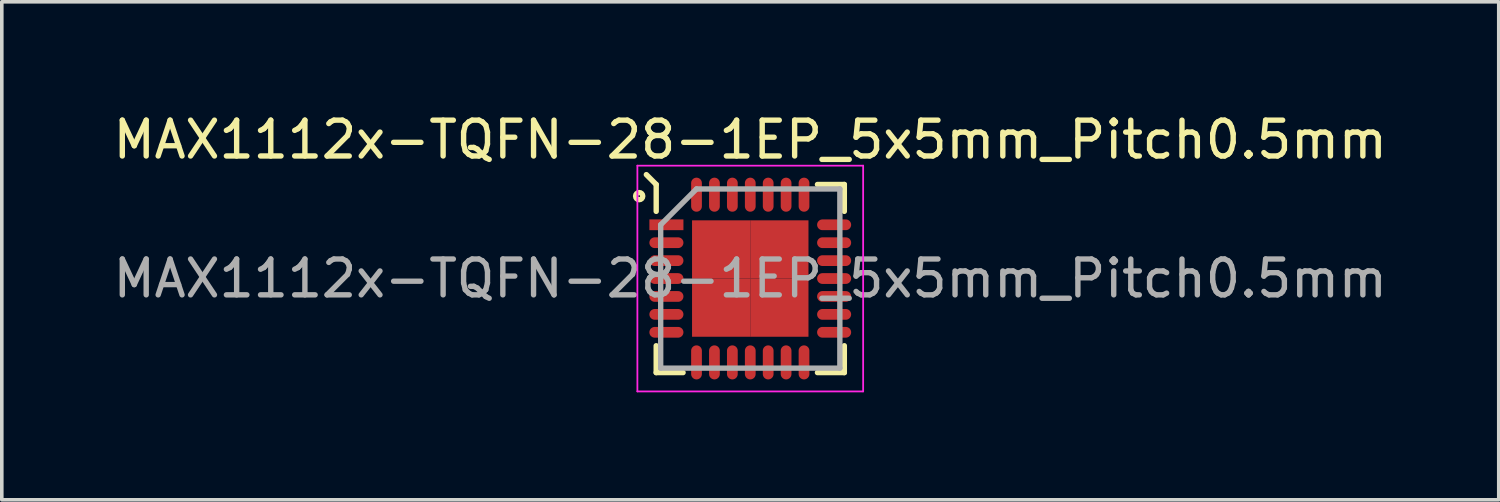
<source format=kicad_pcb>
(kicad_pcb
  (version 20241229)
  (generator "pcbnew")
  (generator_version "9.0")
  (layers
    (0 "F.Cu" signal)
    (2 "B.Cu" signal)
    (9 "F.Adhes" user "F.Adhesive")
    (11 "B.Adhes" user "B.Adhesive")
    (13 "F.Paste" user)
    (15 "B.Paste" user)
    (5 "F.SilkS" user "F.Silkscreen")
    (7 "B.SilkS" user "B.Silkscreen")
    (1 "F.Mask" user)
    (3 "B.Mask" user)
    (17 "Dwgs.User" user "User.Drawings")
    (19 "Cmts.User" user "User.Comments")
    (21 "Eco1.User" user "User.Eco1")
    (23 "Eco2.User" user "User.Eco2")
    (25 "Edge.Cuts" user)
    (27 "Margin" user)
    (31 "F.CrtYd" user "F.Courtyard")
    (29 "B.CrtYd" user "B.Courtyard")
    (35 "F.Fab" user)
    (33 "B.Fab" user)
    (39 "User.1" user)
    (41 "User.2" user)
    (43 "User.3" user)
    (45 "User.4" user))
  (footprint "MAX1112x-TQFN-28-1EP_5x5mm_Pitch0.5mm"
    (layer "F.Cu")
    (at 17.887 4.723)
    (property "Reference" "MAX1112x-TQFN-28-1EP_5x5mm_Pitch0.5mm" (at 0 -3.875 0) (layer "F.SilkS") (effects (font (size 1 1) (thickness 0.15))))
    (attr smd)
    (fp_line (start -2.625 -2.625) (end -2.9 -2.9) (stroke (width 0.15) (type solid)) (layer "F.SilkS"))
    (fp_line (start -2.625 -2.625) (end -2.625 -1.875) (stroke (width 0.15) (type solid)) (layer "F.SilkS"))
    (fp_line (start -2.625 2.625) (end -2.625 1.875) (stroke (width 0.15) (type solid)) (layer "F.SilkS"))
    (fp_line (start -2.625 2.625) (end -1.875 2.625) (stroke (width 0.15) (type solid)) (layer "F.SilkS"))
    (fp_line (start 2.625 -2.625) (end 1.875 -2.625) (stroke (width 0.15) (type solid)) (layer "F.SilkS"))
    (fp_line (start 2.625 -2.625) (end 2.625 -1.875) (stroke (width 0.15) (type solid)) (layer "F.SilkS"))
    (fp_line (start 2.625 2.625) (end 1.875 2.625) (stroke (width 0.15) (type solid)) (layer "F.SilkS"))
    (fp_line (start 2.625 2.625) (end 2.625 1.875) (stroke (width 0.15) (type solid)) (layer "F.SilkS"))
    (fp_circle (center -3.1 -2.3) (end -3 -2.3) (stroke (width 0.15) (type solid)) (fill no) (layer "F.SilkS"))
    (fp_line (start -3.15 -3.15) (end -3.15 3.15) (stroke (width 0.05) (type solid)) (layer "F.CrtYd"))
    (fp_line (start -3.15 -3.15) (end 3.15 -3.15) (stroke (width 0.05) (type solid)) (layer "F.CrtYd"))
    (fp_line (start -3.15 3.15) (end 3.15 3.15) (stroke (width 0.05) (type solid)) (layer "F.CrtYd"))
    (fp_line (start 3.15 -3.15) (end 3.15 3.15) (stroke (width 0.05) (type solid)) (layer "F.CrtYd"))
    (fp_line (start -2.5 -1.5) (end -1.5 -2.5) (stroke (width 0.15) (type solid)) (layer "F.Fab"))
    (fp_line (start -2.5 2.5) (end -2.5 -1.5) (stroke (width 0.15) (type solid)) (layer "F.Fab"))
    (fp_line (start -1.5 -2.5) (end 2.5 -2.5) (stroke (width 0.15) (type solid)) (layer "F.Fab"))
    (fp_line (start 2.5 -2.5) (end 2.5 2.5) (stroke (width 0.15) (type solid)) (layer "F.Fab"))
    (fp_line (start 2.5 2.5) (end -2.5 2.5) (stroke (width 0.15) (type solid)) (layer "F.Fab"))
    (fp_text user "${REFERENCE}" (at 0 0 0) (layer "F.Fab") (effects (font (size 1 1) (thickness 0.15))))
    (pad "1" smd rect (at -2.34 -1.5) (size 0.95 0.3) (layers "F.Cu" "F.Mask" "F.Paste"))
    (pad "2" smd oval (at -2.34 -1) (size 0.95 0.3) (layers "F.Cu" "F.Mask" "F.Paste"))
    (pad "3" smd oval (at -2.34 -0.5) (size 0.95 0.3) (layers "F.Cu" "F.Mask" "F.Paste"))
    (pad "4" smd oval (at -2.34 0) (size 0.95 0.3) (layers "F.Cu" "F.Mask" "F.Paste"))
    (pad "5" smd oval (at -2.34 0.5) (size 0.95 0.3) (layers "F.Cu" "F.Mask" "F.Paste"))
    (pad "6" smd oval (at -2.34 1) (size 0.95 0.3) (layers "F.Cu" "F.Mask" "F.Paste"))
    (pad "7" smd oval (at -2.34 1.5) (size 0.95 0.3) (layers "F.Cu" "F.Mask" "F.Paste"))
    (pad "8" smd oval (at -1.5 2.34 90) (size 0.95 0.3) (layers "F.Cu" "F.Mask" "F.Paste"))
    (pad "9" smd oval (at -1 2.34 90) (size 0.95 0.3) (layers "F.Cu" "F.Mask" "F.Paste"))
    (pad "10" smd oval (at -0.5 2.34 90) (size 0.95 0.3) (layers "F.Cu" "F.Mask" "F.Paste"))
    (pad "11" smd oval (at 0 2.34 90) (size 0.95 0.3) (layers "F.Cu" "F.Mask" "F.Paste"))
    (pad "12" smd oval (at 0.5 2.34 90) (size 0.95 0.3) (layers "F.Cu" "F.Mask" "F.Paste"))
    (pad "13" smd oval (at 1 2.34 90) (size 0.95 0.3) (layers "F.Cu" "F.Mask" "F.Paste"))
    (pad "14" smd oval (at 1.5 2.34 90) (size 0.95 0.3) (layers "F.Cu" "F.Mask" "F.Paste"))
    (pad "15" smd oval (at 2.34 1.5) (size 0.95 0.3) (layers "F.Cu" "F.Mask" "F.Paste"))
    (pad "16" smd oval (at 2.34 1) (size 0.95 0.3) (layers "F.Cu" "F.Mask" "F.Paste"))
    (pad "17" smd oval (at 2.34 0.5) (size 0.95 0.3) (layers "F.Cu" "F.Mask" "F.Paste"))
    (pad "18" smd oval (at 2.34 0) (size 0.95 0.3) (layers "F.Cu" "F.Mask" "F.Paste"))
    (pad "19" smd oval (at 2.34 -0.5) (size 0.95 0.3) (layers "F.Cu" "F.Mask" "F.Paste"))
    (pad "20" smd oval (at 2.34 -1) (size 0.95 0.3) (layers "F.Cu" "F.Mask" "F.Paste"))
    (pad "21" smd oval (at 2.34 -1.5) (size 0.95 0.3) (layers "F.Cu" "F.Mask" "F.Paste"))
    (pad "22" smd oval (at 1.5 -2.34 90) (size 0.95 0.3) (layers "F.Cu" "F.Mask" "F.Paste"))
    (pad "23" smd oval (at 1 -2.34 90) (size 0.95 0.3) (layers "F.Cu" "F.Mask" "F.Paste"))
    (pad "24" smd oval (at 0.5 -2.34 90) (size 0.95 0.3) (layers "F.Cu" "F.Mask" "F.Paste"))
    (pad "25" smd oval (at 0 -2.34 90) (size 0.95 0.3) (layers "F.Cu" "F.Mask" "F.Paste"))
    (pad "26" smd oval (at -0.5 -2.34 90) (size 0.95 0.3) (layers "F.Cu" "F.Mask" "F.Paste"))
    (pad "27" smd oval (at -1 -2.34 90) (size 0.95 0.3) (layers "F.Cu" "F.Mask" "F.Paste"))
    (pad "28" smd oval (at -1.5 -2.34 90) (size 0.95 0.3) (layers "F.Cu" "F.Mask" "F.Paste"))
    (pad "29" smd rect (at -0.812 -0.812) (size 1.625 1.625) (layers "F.Cu" "F.Mask" "F.Paste"))
    (pad "29" smd rect (at -0.812 0.812) (size 1.625 1.625) (layers "F.Cu" "F.Mask" "F.Paste"))
    (pad "29" smd rect (at 0.812 -0.812) (size 1.625 1.625) (layers "F.Cu" "F.Mask" "F.Paste"))
    (pad "29" smd rect (at 0.812 0.812) (size 1.625 1.625) (layers "F.Cu" "F.Mask" "F.Paste")))
  (gr_rect
    (start -3 -3)
    (end 38.774 10.898)
    (stroke (width 0.1) (type default))
    (fill no)
    (layer "Edge.Cuts")))
</source>
